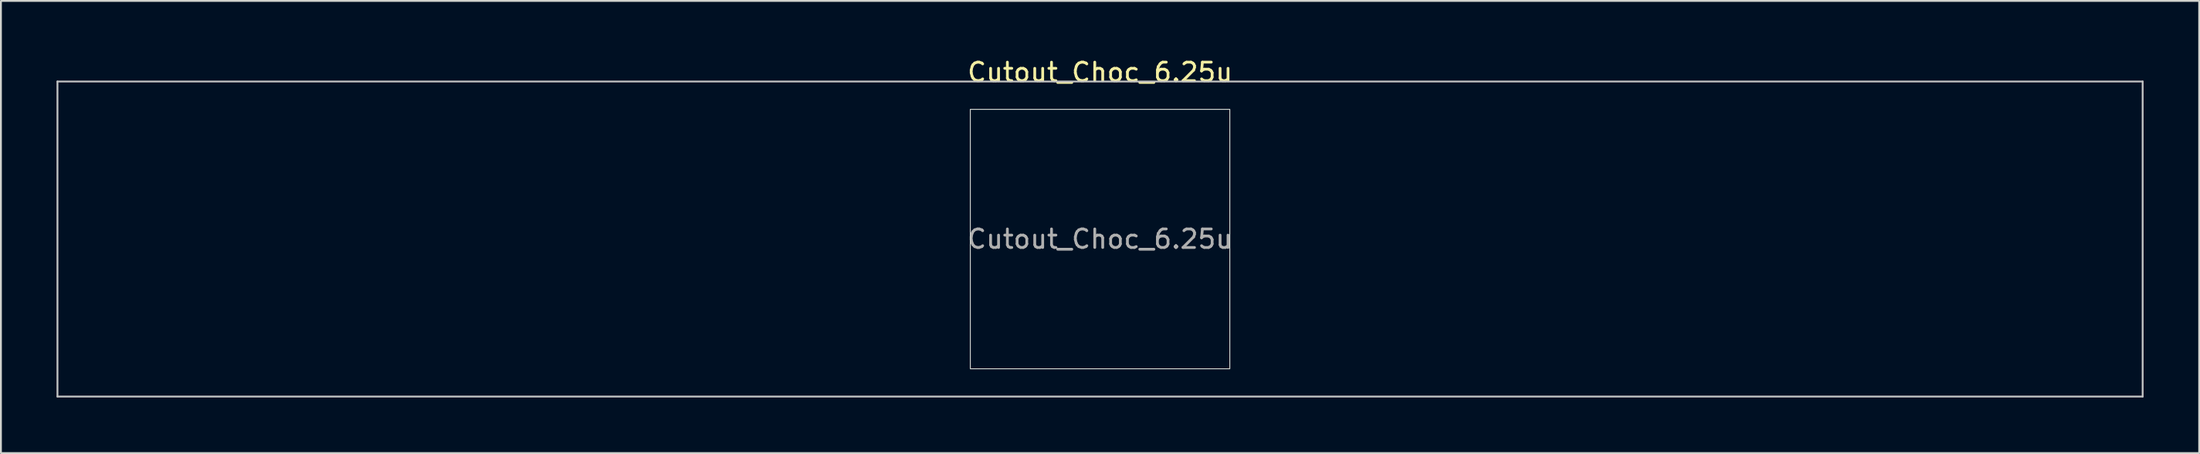
<source format=kicad_pcb>
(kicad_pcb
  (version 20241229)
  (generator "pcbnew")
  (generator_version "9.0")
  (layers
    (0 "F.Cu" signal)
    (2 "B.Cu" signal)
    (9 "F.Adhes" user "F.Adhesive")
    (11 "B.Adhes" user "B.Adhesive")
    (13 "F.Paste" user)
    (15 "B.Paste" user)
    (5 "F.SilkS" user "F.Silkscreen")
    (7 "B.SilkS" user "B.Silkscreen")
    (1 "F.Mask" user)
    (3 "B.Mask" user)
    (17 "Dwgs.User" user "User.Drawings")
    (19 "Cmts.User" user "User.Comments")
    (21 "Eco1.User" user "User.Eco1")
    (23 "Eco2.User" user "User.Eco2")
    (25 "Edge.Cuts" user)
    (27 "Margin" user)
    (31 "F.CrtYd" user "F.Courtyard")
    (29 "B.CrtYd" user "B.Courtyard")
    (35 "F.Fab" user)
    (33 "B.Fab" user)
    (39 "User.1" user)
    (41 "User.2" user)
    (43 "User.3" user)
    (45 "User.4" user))
  (footprint "Cutout_Choc_6.25u"
    (layer "F.Cu")
    (at 56.3 9.848)
    (property "Reference" "Cutout_Choc_6.25u" (at 0 -9 0) (layer "F.SilkS") (effects (font (size 1 1) (thickness 0.15))))
    (attr through_hole)
    (fp_line (start -56.25 -8.5) (end -56.25 8.5) (stroke (width 0.1) (type solid)) (layer "Dwgs.User"))
    (fp_line (start -56.25 8.5) (end 56.25 8.5) (stroke (width 0.1) (type solid)) (layer "Dwgs.User"))
    (fp_line (start 56.25 -8.5) (end -56.25 -8.5) (stroke (width 0.1) (type solid)) (layer "Dwgs.User"))
    (fp_line (start 56.25 8.5) (end 56.25 -8.5) (stroke (width 0.1) (type solid)) (layer "Dwgs.User"))
    (fp_rect (start -7 -7) (end 7 7) (stroke (width 0.05) (type default)) (fill no) (layer "Edge.Cuts"))
    (fp_text user "${REFERENCE}" (at 0 0 0) (layer "F.Fab") (effects (font (size 1 1) (thickness 0.15)))))
  (gr_rect
    (start -3 -3)
    (end 115.6 21.398)
    (stroke (width 0.1) (type default))
    (fill no)
    (layer "Edge.Cuts")))
</source>
